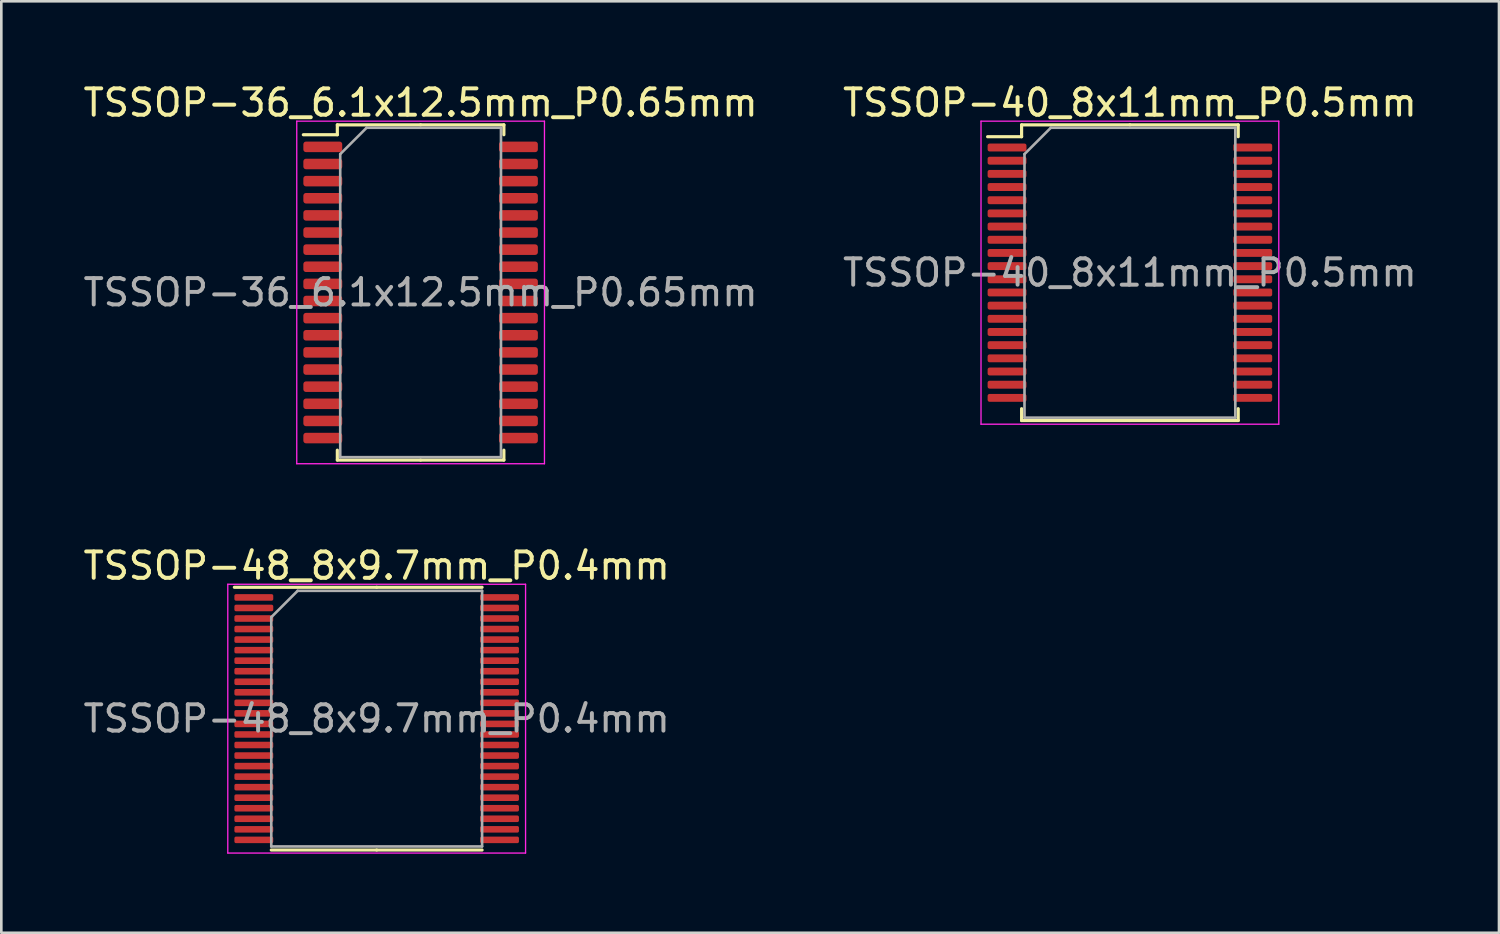
<source format=kicad_pcb>
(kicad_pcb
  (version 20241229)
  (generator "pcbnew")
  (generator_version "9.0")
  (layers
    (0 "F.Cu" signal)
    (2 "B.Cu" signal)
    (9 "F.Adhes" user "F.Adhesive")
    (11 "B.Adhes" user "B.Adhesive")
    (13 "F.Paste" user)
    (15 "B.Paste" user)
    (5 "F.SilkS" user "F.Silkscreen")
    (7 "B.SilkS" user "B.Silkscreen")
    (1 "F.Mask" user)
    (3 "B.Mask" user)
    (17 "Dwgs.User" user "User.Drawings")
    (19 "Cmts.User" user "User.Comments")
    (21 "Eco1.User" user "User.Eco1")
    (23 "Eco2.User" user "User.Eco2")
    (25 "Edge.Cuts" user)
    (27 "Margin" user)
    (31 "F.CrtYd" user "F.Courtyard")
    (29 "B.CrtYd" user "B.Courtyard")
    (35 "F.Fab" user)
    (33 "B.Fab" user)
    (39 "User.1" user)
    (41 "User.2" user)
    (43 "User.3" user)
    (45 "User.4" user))
  (footprint "TSSOP-48_8x9.7mm_P0.4mm"
    (layer "F.Cu")
    (at 11.244 24.221)
    (property "Reference" "TSSOP-48_8x9.7mm_P0.4mm" (at 0 -5.8 0) (layer "F.SilkS") (effects (font (size 1 1) (thickness 0.15))))
    (attr smd)
    (fp_line (start 0 -4.985) (end -5.4 -4.985) (stroke (width 0.12) (type solid)) (layer "F.SilkS"))
    (fp_line (start 0 -4.985) (end 4 -4.985) (stroke (width 0.12) (type solid)) (layer "F.SilkS"))
    (fp_line (start 0 4.985) (end -4 4.985) (stroke (width 0.12) (type solid)) (layer "F.SilkS"))
    (fp_line (start 0 4.985) (end 4 4.985) (stroke (width 0.12) (type solid)) (layer "F.SilkS"))
    (fp_line (start -5.65 -5.1) (end -5.65 5.1) (stroke (width 0.05) (type solid)) (layer "F.CrtYd"))
    (fp_line (start -5.65 5.1) (end 5.65 5.1) (stroke (width 0.05) (type solid)) (layer "F.CrtYd"))
    (fp_line (start 5.65 -5.1) (end -5.65 -5.1) (stroke (width 0.05) (type solid)) (layer "F.CrtYd"))
    (fp_line (start 5.65 5.1) (end 5.65 -5.1) (stroke (width 0.05) (type solid)) (layer "F.CrtYd"))
    (fp_line (start -4 -3.85) (end -3 -4.85) (stroke (width 0.1) (type solid)) (layer "F.Fab"))
    (fp_line (start -4 4.85) (end -4 -3.85) (stroke (width 0.1) (type solid)) (layer "F.Fab"))
    (fp_line (start -3 -4.85) (end 4 -4.85) (stroke (width 0.1) (type solid)) (layer "F.Fab"))
    (fp_line (start 4 -4.85) (end 4 4.85) (stroke (width 0.1) (type solid)) (layer "F.Fab"))
    (fp_line (start 4 4.85) (end -4 4.85) (stroke (width 0.1) (type solid)) (layer "F.Fab"))
    (fp_text user "${REFERENCE}" (at 0 0 0) (layer "F.Fab") (effects (font (size 1 1) (thickness 0.15))))
    (pad "1" smd roundrect (at -4.662 -4.6) (size 1.475 0.25) (layers "F.Cu" "F.Mask" "F.Paste") (roundrect_rratio 0.25))
    (pad "2" smd roundrect (at -4.662 -4.2) (size 1.475 0.25) (layers "F.Cu" "F.Mask" "F.Paste") (roundrect_rratio 0.25))
    (pad "3" smd roundrect (at -4.662 -3.8) (size 1.475 0.25) (layers "F.Cu" "F.Mask" "F.Paste") (roundrect_rratio 0.25))
    (pad "4" smd roundrect (at -4.662 -3.4) (size 1.475 0.25) (layers "F.Cu" "F.Mask" "F.Paste") (roundrect_rratio 0.25))
    (pad "5" smd roundrect (at -4.662 -3) (size 1.475 0.25) (layers "F.Cu" "F.Mask" "F.Paste") (roundrect_rratio 0.25))
    (pad "6" smd roundrect (at -4.662 -2.6) (size 1.475 0.25) (layers "F.Cu" "F.Mask" "F.Paste") (roundrect_rratio 0.25))
    (pad "7" smd roundrect (at -4.662 -2.2) (size 1.475 0.25) (layers "F.Cu" "F.Mask" "F.Paste") (roundrect_rratio 0.25))
    (pad "8" smd roundrect (at -4.662 -1.8) (size 1.475 0.25) (layers "F.Cu" "F.Mask" "F.Paste") (roundrect_rratio 0.25))
    (pad "9" smd roundrect (at -4.662 -1.4) (size 1.475 0.25) (layers "F.Cu" "F.Mask" "F.Paste") (roundrect_rratio 0.25))
    (pad "10" smd roundrect (at -4.662 -1) (size 1.475 0.25) (layers "F.Cu" "F.Mask" "F.Paste") (roundrect_rratio 0.25))
    (pad "11" smd roundrect (at -4.662 -0.6) (size 1.475 0.25) (layers "F.Cu" "F.Mask" "F.Paste") (roundrect_rratio 0.25))
    (pad "12" smd roundrect (at -4.662 -0.2) (size 1.475 0.25) (layers "F.Cu" "F.Mask" "F.Paste") (roundrect_rratio 0.25))
    (pad "13" smd roundrect (at -4.662 0.2) (size 1.475 0.25) (layers "F.Cu" "F.Mask" "F.Paste") (roundrect_rratio 0.25))
    (pad "14" smd roundrect (at -4.662 0.6) (size 1.475 0.25) (layers "F.Cu" "F.Mask" "F.Paste") (roundrect_rratio 0.25))
    (pad "15" smd roundrect (at -4.662 1) (size 1.475 0.25) (layers "F.Cu" "F.Mask" "F.Paste") (roundrect_rratio 0.25))
    (pad "16" smd roundrect (at -4.662 1.4) (size 1.475 0.25) (layers "F.Cu" "F.Mask" "F.Paste") (roundrect_rratio 0.25))
    (pad "17" smd roundrect (at -4.662 1.8) (size 1.475 0.25) (layers "F.Cu" "F.Mask" "F.Paste") (roundrect_rratio 0.25))
    (pad "18" smd roundrect (at -4.662 2.2) (size 1.475 0.25) (layers "F.Cu" "F.Mask" "F.Paste") (roundrect_rratio 0.25))
    (pad "19" smd roundrect (at -4.662 2.6) (size 1.475 0.25) (layers "F.Cu" "F.Mask" "F.Paste") (roundrect_rratio 0.25))
    (pad "20" smd roundrect (at -4.662 3) (size 1.475 0.25) (layers "F.Cu" "F.Mask" "F.Paste") (roundrect_rratio 0.25))
    (pad "21" smd roundrect (at -4.662 3.4) (size 1.475 0.25) (layers "F.Cu" "F.Mask" "F.Paste") (roundrect_rratio 0.25))
    (pad "22" smd roundrect (at -4.662 3.8) (size 1.475 0.25) (layers "F.Cu" "F.Mask" "F.Paste") (roundrect_rratio 0.25))
    (pad "23" smd roundrect (at -4.662 4.2) (size 1.475 0.25) (layers "F.Cu" "F.Mask" "F.Paste") (roundrect_rratio 0.25))
    (pad "24" smd roundrect (at -4.662 4.6) (size 1.475 0.25) (layers "F.Cu" "F.Mask" "F.Paste") (roundrect_rratio 0.25))
    (pad "25" smd roundrect (at 4.662 4.6) (size 1.475 0.25) (layers "F.Cu" "F.Mask" "F.Paste") (roundrect_rratio 0.25))
    (pad "26" smd roundrect (at 4.662 4.2) (size 1.475 0.25) (layers "F.Cu" "F.Mask" "F.Paste") (roundrect_rratio 0.25))
    (pad "27" smd roundrect (at 4.662 3.8) (size 1.475 0.25) (layers "F.Cu" "F.Mask" "F.Paste") (roundrect_rratio 0.25))
    (pad "28" smd roundrect (at 4.662 3.4) (size 1.475 0.25) (layers "F.Cu" "F.Mask" "F.Paste") (roundrect_rratio 0.25))
    (pad "29" smd roundrect (at 4.662 3) (size 1.475 0.25) (layers "F.Cu" "F.Mask" "F.Paste") (roundrect_rratio 0.25))
    (pad "30" smd roundrect (at 4.662 2.6) (size 1.475 0.25) (layers "F.Cu" "F.Mask" "F.Paste") (roundrect_rratio 0.25))
    (pad "31" smd roundrect (at 4.662 2.2) (size 1.475 0.25) (layers "F.Cu" "F.Mask" "F.Paste") (roundrect_rratio 0.25))
    (pad "32" smd roundrect (at 4.662 1.8) (size 1.475 0.25) (layers "F.Cu" "F.Mask" "F.Paste") (roundrect_rratio 0.25))
    (pad "33" smd roundrect (at 4.662 1.4) (size 1.475 0.25) (layers "F.Cu" "F.Mask" "F.Paste") (roundrect_rratio 0.25))
    (pad "34" smd roundrect (at 4.662 1) (size 1.475 0.25) (layers "F.Cu" "F.Mask" "F.Paste") (roundrect_rratio 0.25))
    (pad "35" smd roundrect (at 4.662 0.6) (size 1.475 0.25) (layers "F.Cu" "F.Mask" "F.Paste") (roundrect_rratio 0.25))
    (pad "36" smd roundrect (at 4.662 0.2) (size 1.475 0.25) (layers "F.Cu" "F.Mask" "F.Paste") (roundrect_rratio 0.25))
    (pad "37" smd roundrect (at 4.662 -0.2) (size 1.475 0.25) (layers "F.Cu" "F.Mask" "F.Paste") (roundrect_rratio 0.25))
    (pad "38" smd roundrect (at 4.662 -0.6) (size 1.475 0.25) (layers "F.Cu" "F.Mask" "F.Paste") (roundrect_rratio 0.25))
    (pad "39" smd roundrect (at 4.662 -1) (size 1.475 0.25) (layers "F.Cu" "F.Mask" "F.Paste") (roundrect_rratio 0.25))
    (pad "40" smd roundrect (at 4.662 -1.4) (size 1.475 0.25) (layers "F.Cu" "F.Mask" "F.Paste") (roundrect_rratio 0.25))
    (pad "41" smd roundrect (at 4.662 -1.8) (size 1.475 0.25) (layers "F.Cu" "F.Mask" "F.Paste") (roundrect_rratio 0.25))
    (pad "42" smd roundrect (at 4.662 -2.2) (size 1.475 0.25) (layers "F.Cu" "F.Mask" "F.Paste") (roundrect_rratio 0.25))
    (pad "43" smd roundrect (at 4.662 -2.6) (size 1.475 0.25) (layers "F.Cu" "F.Mask" "F.Paste") (roundrect_rratio 0.25))
    (pad "44" smd roundrect (at 4.662 -3) (size 1.475 0.25) (layers "F.Cu" "F.Mask" "F.Paste") (roundrect_rratio 0.25))
    (pad "45" smd roundrect (at 4.662 -3.4) (size 1.475 0.25) (layers "F.Cu" "F.Mask" "F.Paste") (roundrect_rratio 0.25))
    (pad "46" smd roundrect (at 4.662 -3.8) (size 1.475 0.25) (layers "F.Cu" "F.Mask" "F.Paste") (roundrect_rratio 0.25))
    (pad "47" smd roundrect (at 4.662 -4.2) (size 1.475 0.25) (layers "F.Cu" "F.Mask" "F.Paste") (roundrect_rratio 0.25))
    (pad "48" smd roundrect (at 4.662 -4.6) (size 1.475 0.25) (layers "F.Cu" "F.Mask" "F.Paste") (roundrect_rratio 0.25)))
  (footprint "TSSOP-40_8x11mm_P0.5mm"
    (layer "F.Cu")
    (at 39.827 7.298)
    (property "Reference" "TSSOP-40_8x11mm_P0.5mm" (at 0 -6.45 0) (layer "F.SilkS") (effects (font (size 1 1) (thickness 0.15))))
    (attr smd)
    (fp_line (start -4.11 -5.61) (end -4.11 -5.16) (stroke (width 0.12) (type solid)) (layer "F.SilkS"))
    (fp_line (start -4.11 -5.16) (end -5.4 -5.16) (stroke (width 0.12) (type solid)) (layer "F.SilkS"))
    (fp_line (start -4.11 5.61) (end -4.11 5.16) (stroke (width 0.12) (type solid)) (layer "F.SilkS"))
    (fp_line (start 0 -5.61) (end -4.11 -5.61) (stroke (width 0.12) (type solid)) (layer "F.SilkS"))
    (fp_line (start 0 -5.61) (end 4.11 -5.61) (stroke (width 0.12) (type solid)) (layer "F.SilkS"))
    (fp_line (start 0 5.61) (end -4.11 5.61) (stroke (width 0.12) (type solid)) (layer "F.SilkS"))
    (fp_line (start 0 5.61) (end 4.11 5.61) (stroke (width 0.12) (type solid)) (layer "F.SilkS"))
    (fp_line (start 4.11 -5.61) (end 4.11 -5.16) (stroke (width 0.12) (type solid)) (layer "F.SilkS"))
    (fp_line (start 4.11 5.61) (end 4.11 5.16) (stroke (width 0.12) (type solid)) (layer "F.SilkS"))
    (fp_line (start -5.65 -5.75) (end -5.65 5.75) (stroke (width 0.05) (type solid)) (layer "F.CrtYd"))
    (fp_line (start -5.65 5.75) (end 5.65 5.75) (stroke (width 0.05) (type solid)) (layer "F.CrtYd"))
    (fp_line (start 5.65 -5.75) (end -5.65 -5.75) (stroke (width 0.05) (type solid)) (layer "F.CrtYd"))
    (fp_line (start 5.65 5.75) (end 5.65 -5.75) (stroke (width 0.05) (type solid)) (layer "F.CrtYd"))
    (fp_line (start -4 -4.5) (end -3 -5.5) (stroke (width 0.1) (type solid)) (layer "F.Fab"))
    (fp_line (start -4 5.5) (end -4 -4.5) (stroke (width 0.1) (type solid)) (layer "F.Fab"))
    (fp_line (start -3 -5.5) (end 4 -5.5) (stroke (width 0.1) (type solid)) (layer "F.Fab"))
    (fp_line (start 4 -5.5) (end 4 5.5) (stroke (width 0.1) (type solid)) (layer "F.Fab"))
    (fp_line (start 4 5.5) (end -4 5.5) (stroke (width 0.1) (type solid)) (layer "F.Fab"))
    (fp_text user "${REFERENCE}" (at 0 0 0) (layer "F.Fab") (effects (font (size 1 1) (thickness 0.15))))
    (pad "1" smd roundrect (at -4.662 -4.75) (size 1.475 0.3) (layers "F.Cu" "F.Mask" "F.Paste") (roundrect_rratio 0.25))
    (pad "2" smd roundrect (at -4.662 -4.25) (size 1.475 0.3) (layers "F.Cu" "F.Mask" "F.Paste") (roundrect_rratio 0.25))
    (pad "3" smd roundrect (at -4.662 -3.75) (size 1.475 0.3) (layers "F.Cu" "F.Mask" "F.Paste") (roundrect_rratio 0.25))
    (pad "4" smd roundrect (at -4.662 -3.25) (size 1.475 0.3) (layers "F.Cu" "F.Mask" "F.Paste") (roundrect_rratio 0.25))
    (pad "5" smd roundrect (at -4.662 -2.75) (size 1.475 0.3) (layers "F.Cu" "F.Mask" "F.Paste") (roundrect_rratio 0.25))
    (pad "6" smd roundrect (at -4.662 -2.25) (size 1.475 0.3) (layers "F.Cu" "F.Mask" "F.Paste") (roundrect_rratio 0.25))
    (pad "7" smd roundrect (at -4.662 -1.75) (size 1.475 0.3) (layers "F.Cu" "F.Mask" "F.Paste") (roundrect_rratio 0.25))
    (pad "8" smd roundrect (at -4.662 -1.25) (size 1.475 0.3) (layers "F.Cu" "F.Mask" "F.Paste") (roundrect_rratio 0.25))
    (pad "9" smd roundrect (at -4.662 -0.75) (size 1.475 0.3) (layers "F.Cu" "F.Mask" "F.Paste") (roundrect_rratio 0.25))
    (pad "10" smd roundrect (at -4.662 -0.25) (size 1.475 0.3) (layers "F.Cu" "F.Mask" "F.Paste") (roundrect_rratio 0.25))
    (pad "11" smd roundrect (at -4.662 0.25) (size 1.475 0.3) (layers "F.Cu" "F.Mask" "F.Paste") (roundrect_rratio 0.25))
    (pad "12" smd roundrect (at -4.662 0.75) (size 1.475 0.3) (layers "F.Cu" "F.Mask" "F.Paste") (roundrect_rratio 0.25))
    (pad "13" smd roundrect (at -4.662 1.25) (size 1.475 0.3) (layers "F.Cu" "F.Mask" "F.Paste") (roundrect_rratio 0.25))
    (pad "14" smd roundrect (at -4.662 1.75) (size 1.475 0.3) (layers "F.Cu" "F.Mask" "F.Paste") (roundrect_rratio 0.25))
    (pad "15" smd roundrect (at -4.662 2.25) (size 1.475 0.3) (layers "F.Cu" "F.Mask" "F.Paste") (roundrect_rratio 0.25))
    (pad "16" smd roundrect (at -4.662 2.75) (size 1.475 0.3) (layers "F.Cu" "F.Mask" "F.Paste") (roundrect_rratio 0.25))
    (pad "17" smd roundrect (at -4.662 3.25) (size 1.475 0.3) (layers "F.Cu" "F.Mask" "F.Paste") (roundrect_rratio 0.25))
    (pad "18" smd roundrect (at -4.662 3.75) (size 1.475 0.3) (layers "F.Cu" "F.Mask" "F.Paste") (roundrect_rratio 0.25))
    (pad "19" smd roundrect (at -4.662 4.25) (size 1.475 0.3) (layers "F.Cu" "F.Mask" "F.Paste") (roundrect_rratio 0.25))
    (pad "20" smd roundrect (at -4.662 4.75) (size 1.475 0.3) (layers "F.Cu" "F.Mask" "F.Paste") (roundrect_rratio 0.25))
    (pad "21" smd roundrect (at 4.662 4.75) (size 1.475 0.3) (layers "F.Cu" "F.Mask" "F.Paste") (roundrect_rratio 0.25))
    (pad "22" smd roundrect (at 4.662 4.25) (size 1.475 0.3) (layers "F.Cu" "F.Mask" "F.Paste") (roundrect_rratio 0.25))
    (pad "23" smd roundrect (at 4.662 3.75) (size 1.475 0.3) (layers "F.Cu" "F.Mask" "F.Paste") (roundrect_rratio 0.25))
    (pad "24" smd roundrect (at 4.662 3.25) (size 1.475 0.3) (layers "F.Cu" "F.Mask" "F.Paste") (roundrect_rratio 0.25))
    (pad "25" smd roundrect (at 4.662 2.75) (size 1.475 0.3) (layers "F.Cu" "F.Mask" "F.Paste") (roundrect_rratio 0.25))
    (pad "26" smd roundrect (at 4.662 2.25) (size 1.475 0.3) (layers "F.Cu" "F.Mask" "F.Paste") (roundrect_rratio 0.25))
    (pad "27" smd roundrect (at 4.662 1.75) (size 1.475 0.3) (layers "F.Cu" "F.Mask" "F.Paste") (roundrect_rratio 0.25))
    (pad "28" smd roundrect (at 4.662 1.25) (size 1.475 0.3) (layers "F.Cu" "F.Mask" "F.Paste") (roundrect_rratio 0.25))
    (pad "29" smd roundrect (at 4.662 0.75) (size 1.475 0.3) (layers "F.Cu" "F.Mask" "F.Paste") (roundrect_rratio 0.25))
    (pad "30" smd roundrect (at 4.662 0.25) (size 1.475 0.3) (layers "F.Cu" "F.Mask" "F.Paste") (roundrect_rratio 0.25))
    (pad "31" smd roundrect (at 4.662 -0.25) (size 1.475 0.3) (layers "F.Cu" "F.Mask" "F.Paste") (roundrect_rratio 0.25))
    (pad "32" smd roundrect (at 4.662 -0.75) (size 1.475 0.3) (layers "F.Cu" "F.Mask" "F.Paste") (roundrect_rratio 0.25))
    (pad "33" smd roundrect (at 4.662 -1.25) (size 1.475 0.3) (layers "F.Cu" "F.Mask" "F.Paste") (roundrect_rratio 0.25))
    (pad "34" smd roundrect (at 4.662 -1.75) (size 1.475 0.3) (layers "F.Cu" "F.Mask" "F.Paste") (roundrect_rratio 0.25))
    (pad "35" smd roundrect (at 4.662 -2.25) (size 1.475 0.3) (layers "F.Cu" "F.Mask" "F.Paste") (roundrect_rratio 0.25))
    (pad "36" smd roundrect (at 4.662 -2.75) (size 1.475 0.3) (layers "F.Cu" "F.Mask" "F.Paste") (roundrect_rratio 0.25))
    (pad "37" smd roundrect (at 4.662 -3.25) (size 1.475 0.3) (layers "F.Cu" "F.Mask" "F.Paste") (roundrect_rratio 0.25))
    (pad "38" smd roundrect (at 4.662 -3.75) (size 1.475 0.3) (layers "F.Cu" "F.Mask" "F.Paste") (roundrect_rratio 0.25))
    (pad "39" smd roundrect (at 4.662 -4.25) (size 1.475 0.3) (layers "F.Cu" "F.Mask" "F.Paste") (roundrect_rratio 0.25))
    (pad "40" smd roundrect (at 4.662 -4.75) (size 1.475 0.3) (layers "F.Cu" "F.Mask" "F.Paste") (roundrect_rratio 0.25)))
  (footprint "TSSOP-36_6.1x12.5mm_P0.65mm"
    (layer "F.Cu")
    (at 12.911 8.048)
    (property "Reference" "TSSOP-36_6.1x12.5mm_P0.65mm" (at 0 -7.2 0) (layer "F.SilkS") (effects (font (size 1 1) (thickness 0.15))))
    (attr smd)
    (fp_line (start -3.16 -6.36) (end -3.16 -5.985) (stroke (width 0.12) (type solid)) (layer "F.SilkS"))
    (fp_line (start -3.16 -5.985) (end -4.45 -5.985) (stroke (width 0.12) (type solid)) (layer "F.SilkS"))
    (fp_line (start -3.16 6.36) (end -3.16 5.985) (stroke (width 0.12) (type solid)) (layer "F.SilkS"))
    (fp_line (start 0 -6.36) (end -3.16 -6.36) (stroke (width 0.12) (type solid)) (layer "F.SilkS"))
    (fp_line (start 0 -6.36) (end 3.16 -6.36) (stroke (width 0.12) (type solid)) (layer "F.SilkS"))
    (fp_line (start 0 6.36) (end -3.16 6.36) (stroke (width 0.12) (type solid)) (layer "F.SilkS"))
    (fp_line (start 0 6.36) (end 3.16 6.36) (stroke (width 0.12) (type solid)) (layer "F.SilkS"))
    (fp_line (start 3.16 -6.36) (end 3.16 -5.985) (stroke (width 0.12) (type solid)) (layer "F.SilkS"))
    (fp_line (start 3.16 6.36) (end 3.16 5.985) (stroke (width 0.12) (type solid)) (layer "F.SilkS"))
    (fp_line (start -4.7 -6.5) (end -4.7 6.5) (stroke (width 0.05) (type solid)) (layer "F.CrtYd"))
    (fp_line (start -4.7 6.5) (end 4.7 6.5) (stroke (width 0.05) (type solid)) (layer "F.CrtYd"))
    (fp_line (start 4.7 -6.5) (end -4.7 -6.5) (stroke (width 0.05) (type solid)) (layer "F.CrtYd"))
    (fp_line (start 4.7 6.5) (end 4.7 -6.5) (stroke (width 0.05) (type solid)) (layer "F.CrtYd"))
    (fp_line (start -3.05 -5.25) (end -2.05 -6.25) (stroke (width 0.1) (type solid)) (layer "F.Fab"))
    (fp_line (start -3.05 6.25) (end -3.05 -5.25) (stroke (width 0.1) (type solid)) (layer "F.Fab"))
    (fp_line (start -2.05 -6.25) (end 3.05 -6.25) (stroke (width 0.1) (type solid)) (layer "F.Fab"))
    (fp_line (start 3.05 -6.25) (end 3.05 6.25) (stroke (width 0.1) (type solid)) (layer "F.Fab"))
    (fp_line (start 3.05 6.25) (end -3.05 6.25) (stroke (width 0.1) (type solid)) (layer "F.Fab"))
    (fp_text user "${REFERENCE}" (at 0 0 0) (layer "F.Fab") (effects (font (size 1 1) (thickness 0.15))))
    (pad "1" smd roundrect (at -3.712 -5.525) (size 1.475 0.4) (layers "F.Cu" "F.Mask" "F.Paste") (roundrect_rratio 0.25))
    (pad "2" smd roundrect (at -3.712 -4.875) (size 1.475 0.4) (layers "F.Cu" "F.Mask" "F.Paste") (roundrect_rratio 0.25))
    (pad "3" smd roundrect (at -3.712 -4.225) (size 1.475 0.4) (layers "F.Cu" "F.Mask" "F.Paste") (roundrect_rratio 0.25))
    (pad "4" smd roundrect (at -3.712 -3.575) (size 1.475 0.4) (layers "F.Cu" "F.Mask" "F.Paste") (roundrect_rratio 0.25))
    (pad "5" smd roundrect (at -3.712 -2.925) (size 1.475 0.4) (layers "F.Cu" "F.Mask" "F.Paste") (roundrect_rratio 0.25))
    (pad "6" smd roundrect (at -3.712 -2.275) (size 1.475 0.4) (layers "F.Cu" "F.Mask" "F.Paste") (roundrect_rratio 0.25))
    (pad "7" smd roundrect (at -3.712 -1.625) (size 1.475 0.4) (layers "F.Cu" "F.Mask" "F.Paste") (roundrect_rratio 0.25))
    (pad "8" smd roundrect (at -3.712 -0.975) (size 1.475 0.4) (layers "F.Cu" "F.Mask" "F.Paste") (roundrect_rratio 0.25))
    (pad "9" smd roundrect (at -3.712 -0.325) (size 1.475 0.4) (layers "F.Cu" "F.Mask" "F.Paste") (roundrect_rratio 0.25))
    (pad "10" smd roundrect (at -3.712 0.325) (size 1.475 0.4) (layers "F.Cu" "F.Mask" "F.Paste") (roundrect_rratio 0.25))
    (pad "11" smd roundrect (at -3.712 0.975) (size 1.475 0.4) (layers "F.Cu" "F.Mask" "F.Paste") (roundrect_rratio 0.25))
    (pad "12" smd roundrect (at -3.712 1.625) (size 1.475 0.4) (layers "F.Cu" "F.Mask" "F.Paste") (roundrect_rratio 0.25))
    (pad "13" smd roundrect (at -3.712 2.275) (size 1.475 0.4) (layers "F.Cu" "F.Mask" "F.Paste") (roundrect_rratio 0.25))
    (pad "14" smd roundrect (at -3.712 2.925) (size 1.475 0.4) (layers "F.Cu" "F.Mask" "F.Paste") (roundrect_rratio 0.25))
    (pad "15" smd roundrect (at -3.712 3.575) (size 1.475 0.4) (layers "F.Cu" "F.Mask" "F.Paste") (roundrect_rratio 0.25))
    (pad "16" smd roundrect (at -3.712 4.225) (size 1.475 0.4) (layers "F.Cu" "F.Mask" "F.Paste") (roundrect_rratio 0.25))
    (pad "17" smd roundrect (at -3.712 4.875) (size 1.475 0.4) (layers "F.Cu" "F.Mask" "F.Paste") (roundrect_rratio 0.25))
    (pad "18" smd roundrect (at -3.712 5.525) (size 1.475 0.4) (layers "F.Cu" "F.Mask" "F.Paste") (roundrect_rratio 0.25))
    (pad "19" smd roundrect (at 3.712 5.525) (size 1.475 0.4) (layers "F.Cu" "F.Mask" "F.Paste") (roundrect_rratio 0.25))
    (pad "20" smd roundrect (at 3.712 4.875) (size 1.475 0.4) (layers "F.Cu" "F.Mask" "F.Paste") (roundrect_rratio 0.25))
    (pad "21" smd roundrect (at 3.712 4.225) (size 1.475 0.4) (layers "F.Cu" "F.Mask" "F.Paste") (roundrect_rratio 0.25))
    (pad "22" smd roundrect (at 3.712 3.575) (size 1.475 0.4) (layers "F.Cu" "F.Mask" "F.Paste") (roundrect_rratio 0.25))
    (pad "23" smd roundrect (at 3.712 2.925) (size 1.475 0.4) (layers "F.Cu" "F.Mask" "F.Paste") (roundrect_rratio 0.25))
    (pad "24" smd roundrect (at 3.712 2.275) (size 1.475 0.4) (layers "F.Cu" "F.Mask" "F.Paste") (roundrect_rratio 0.25))
    (pad "25" smd roundrect (at 3.712 1.625) (size 1.475 0.4) (layers "F.Cu" "F.Mask" "F.Paste") (roundrect_rratio 0.25))
    (pad "26" smd roundrect (at 3.712 0.975) (size 1.475 0.4) (layers "F.Cu" "F.Mask" "F.Paste") (roundrect_rratio 0.25))
    (pad "27" smd roundrect (at 3.712 0.325) (size 1.475 0.4) (layers "F.Cu" "F.Mask" "F.Paste") (roundrect_rratio 0.25))
    (pad "28" smd roundrect (at 3.712 -0.325) (size 1.475 0.4) (layers "F.Cu" "F.Mask" "F.Paste") (roundrect_rratio 0.25))
    (pad "29" smd roundrect (at 3.712 -0.975) (size 1.475 0.4) (layers "F.Cu" "F.Mask" "F.Paste") (roundrect_rratio 0.25))
    (pad "30" smd roundrect (at 3.712 -1.625) (size 1.475 0.4) (layers "F.Cu" "F.Mask" "F.Paste") (roundrect_rratio 0.25))
    (pad "31" smd roundrect (at 3.712 -2.275) (size 1.475 0.4) (layers "F.Cu" "F.Mask" "F.Paste") (roundrect_rratio 0.25))
    (pad "32" smd roundrect (at 3.712 -2.925) (size 1.475 0.4) (layers "F.Cu" "F.Mask" "F.Paste") (roundrect_rratio 0.25))
    (pad "33" smd roundrect (at 3.712 -3.575) (size 1.475 0.4) (layers "F.Cu" "F.Mask" "F.Paste") (roundrect_rratio 0.25))
    (pad "34" smd roundrect (at 3.712 -4.225) (size 1.475 0.4) (layers "F.Cu" "F.Mask" "F.Paste") (roundrect_rratio 0.25))
    (pad "35" smd roundrect (at 3.712 -4.875) (size 1.475 0.4) (layers "F.Cu" "F.Mask" "F.Paste") (roundrect_rratio 0.25))
    (pad "36" smd roundrect (at 3.712 -5.525) (size 1.475 0.4) (layers "F.Cu" "F.Mask" "F.Paste") (roundrect_rratio 0.25)))
  (gr_rect
    (start -3 -3)
    (end 53.833 32.346)
    (stroke (width 0.1) (type default))
    (fill no)
    (layer "Edge.Cuts")))
</source>
